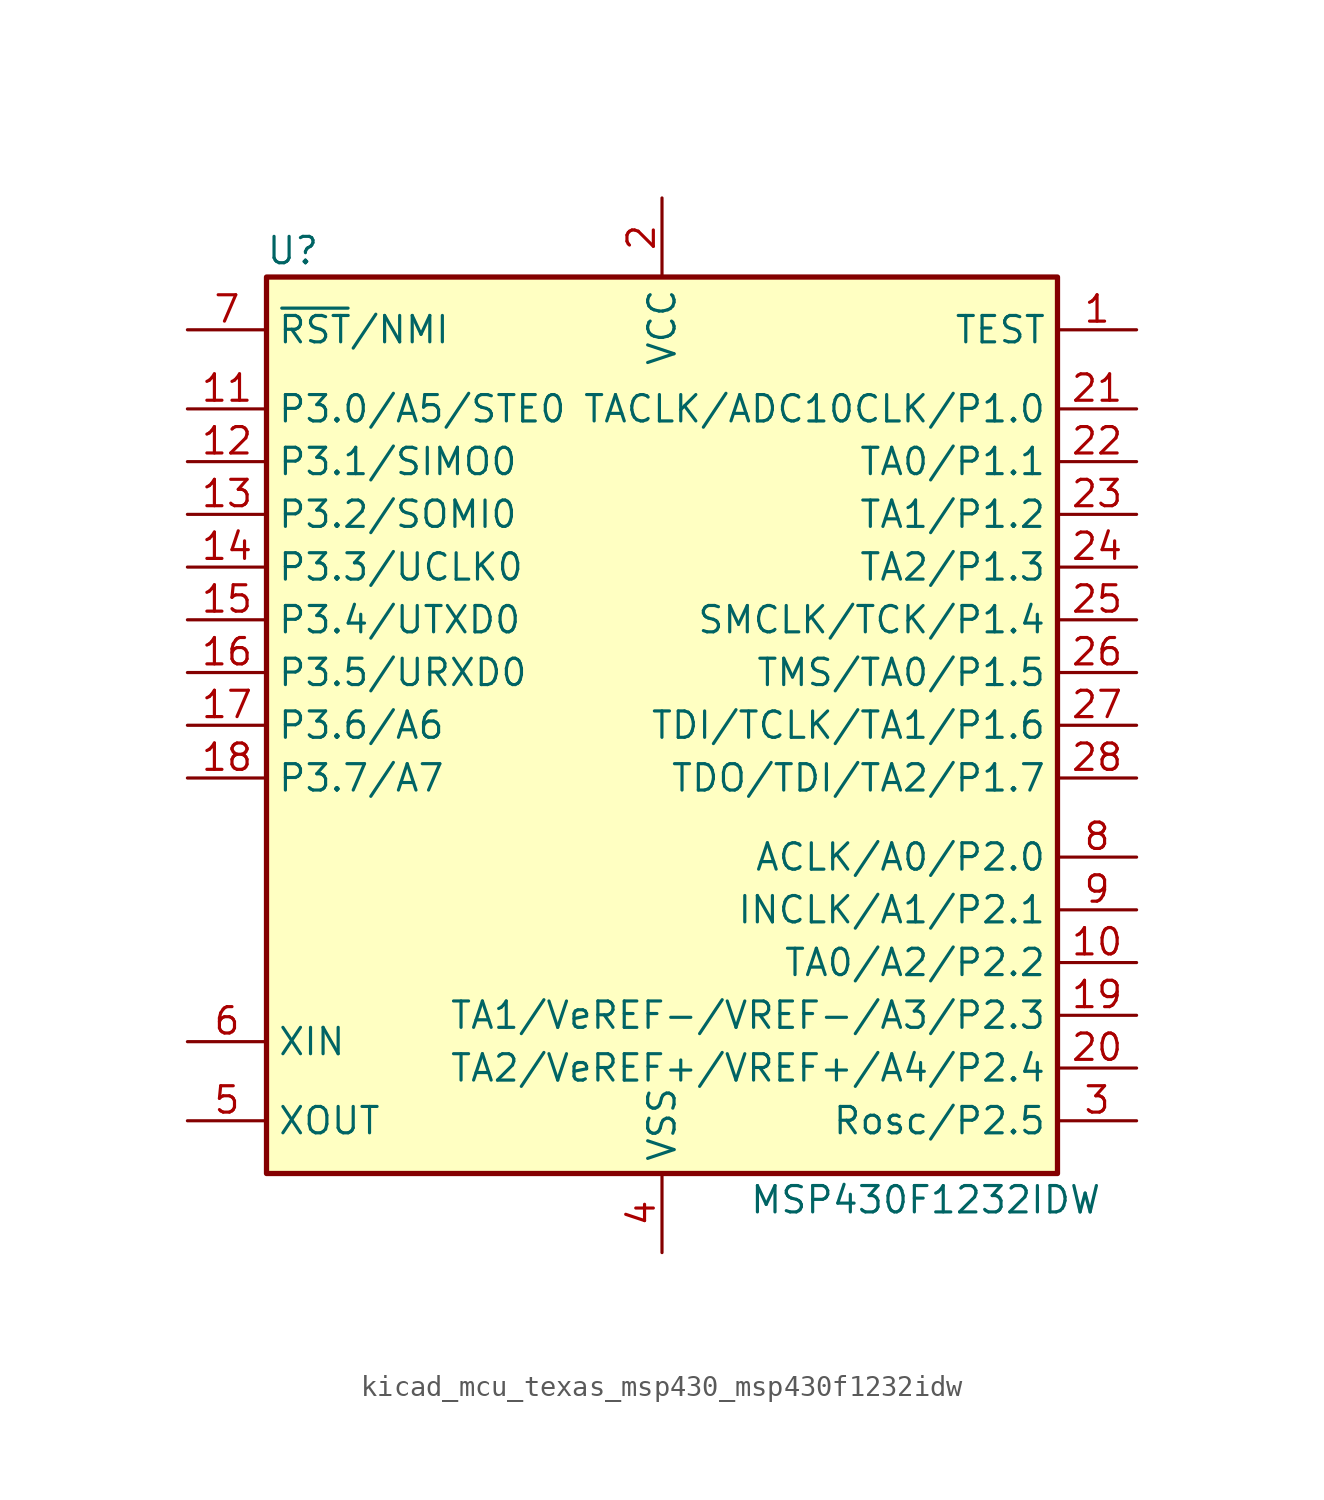
<source format=kicad_sym>
(kicad_symbol_lib
  (version 20220914)
  (generator kicad_symbol_editor)
  (symbol "kicad_mcu_texas_msp430_msp430f1232idw"
    (property "Reference" "U"
      (at -17.78 22.86 0)
      (effects (font (size 1.27 1.27))))
    (property "Value" "MSP430F1232IDW"
      (at 12.7 -22.86 0)
      (effects (font (size 1.27 1.27))))
    (symbol "kicad_mcu_texas_msp430_msp430f1232idw_0_1"
      (rectangle (start -19.05 21.59) (end 19.05 -21.59) (stroke (width 0.254) (type default)) (fill (type background))))
    (symbol "kicad_mcu_texas_msp430_msp430f1232idw_1_1"
      (pin input line (at 22.86 19.05 180) (length 3.81) (name "TEST" (effects (font (size 1.27 1.27)))) (number "1" (effects (font (size 1.27 1.27)))))
      (pin bidirectional line (at 22.86 -11.43 180) (length 3.81) (name "TA0/A2/P2.2" (effects (font (size 1.27 1.27)))) (number "10" (effects (font (size 1.27 1.27)))))
      (pin bidirectional line (at -22.86 15.24 0) (length 3.81) (name "P3.0/A5/STE0" (effects (font (size 1.27 1.27)))) (number "11" (effects (font (size 1.27 1.27)))))
      (pin bidirectional line (at -22.86 12.7 0) (length 3.81) (name "P3.1/SIMO0" (effects (font (size 1.27 1.27)))) (number "12" (effects (font (size 1.27 1.27)))))
      (pin bidirectional line (at -22.86 10.16 0) (length 3.81) (name "P3.2/SOMI0" (effects (font (size 1.27 1.27)))) (number "13" (effects (font (size 1.27 1.27)))))
      (pin bidirectional line (at -22.86 7.62 0) (length 3.81) (name "P3.3/UCLK0" (effects (font (size 1.27 1.27)))) (number "14" (effects (font (size 1.27 1.27)))))
      (pin bidirectional line (at -22.86 5.08 0) (length 3.81) (name "P3.4/UTXD0" (effects (font (size 1.27 1.27)))) (number "15" (effects (font (size 1.27 1.27)))))
      (pin bidirectional line (at -22.86 2.54 0) (length 3.81) (name "P3.5/URXD0" (effects (font (size 1.27 1.27)))) (number "16" (effects (font (size 1.27 1.27)))))
      (pin bidirectional line (at -22.86 0 0) (length 3.81) (name "P3.6/A6" (effects (font (size 1.27 1.27)))) (number "17" (effects (font (size 1.27 1.27)))))
      (pin bidirectional line (at -22.86 -2.54 0) (length 3.81) (name "P3.7/A7" (effects (font (size 1.27 1.27)))) (number "18" (effects (font (size 1.27 1.27)))))
      (pin bidirectional line (at 22.86 -13.97 180) (length 3.81) (name "TA1/VeREF-/VREF-/A3/P2.3" (effects (font (size 1.27 1.27)))) (number "19" (effects (font (size 1.27 1.27)))))
      (pin power_in line (at 0 25.4 270) (length 3.81) (name "VCC" (effects (font (size 1.27 1.27)))) (number "2" (effects (font (size 1.27 1.27)))))
      (pin bidirectional line (at 22.86 -16.51 180) (length 3.81) (name "TA2/VeREF+/VREF+/A4/P2.4" (effects (font (size 1.27 1.27)))) (number "20" (effects (font (size 1.27 1.27)))))
      (pin bidirectional line (at 22.86 15.24 180) (length 3.81) (name "TACLK/ADC10CLK/P1.0" (effects (font (size 1.27 1.27)))) (number "21" (effects (font (size 1.27 1.27)))))
      (pin bidirectional line (at 22.86 12.7 180) (length 3.81) (name "TA0/P1.1" (effects (font (size 1.27 1.27)))) (number "22" (effects (font (size 1.27 1.27)))))
      (pin bidirectional line (at 22.86 10.16 180) (length 3.81) (name "TA1/P1.2" (effects (font (size 1.27 1.27)))) (number "23" (effects (font (size 1.27 1.27)))))
      (pin bidirectional line (at 22.86 7.62 180) (length 3.81) (name "TA2/P1.3" (effects (font (size 1.27 1.27)))) (number "24" (effects (font (size 1.27 1.27)))))
      (pin bidirectional line (at 22.86 5.08 180) (length 3.81) (name "SMCLK/TCK/P1.4" (effects (font (size 1.27 1.27)))) (number "25" (effects (font (size 1.27 1.27)))))
      (pin bidirectional line (at 22.86 2.54 180) (length 3.81) (name "TMS/TA0/P1.5" (effects (font (size 1.27 1.27)))) (number "26" (effects (font (size 1.27 1.27)))))
      (pin bidirectional line (at 22.86 0 180) (length 3.81) (name "TDI/TCLK/TA1/P1.6" (effects (font (size 1.27 1.27)))) (number "27" (effects (font (size 1.27 1.27)))))
      (pin bidirectional line (at 22.86 -2.54 180) (length 3.81) (name "TDO/TDI/TA2/P1.7" (effects (font (size 1.27 1.27)))) (number "28" (effects (font (size 1.27 1.27)))))
      (pin bidirectional line (at 22.86 -19.05 180) (length 3.81) (name "Rosc/P2.5" (effects (font (size 1.27 1.27)))) (number "3" (effects (font (size 1.27 1.27)))))
      (pin power_in line (at 0 -25.4 90) (length 3.81) (name "VSS" (effects (font (size 1.27 1.27)))) (number "4" (effects (font (size 1.27 1.27)))))
      (pin output line (at -22.86 -19.05 0) (length 3.81) (name "XOUT" (effects (font (size 1.27 1.27)))) (number "5" (effects (font (size 1.27 1.27)))))
      (pin input line (at -22.86 -15.24 0) (length 3.81) (name "XIN" (effects (font (size 1.27 1.27)))) (number "6" (effects (font (size 1.27 1.27)))))
      (pin input line (at -22.86 19.05 0) (length 3.81) (name "~{RST}/NMI" (effects (font (size 1.27 1.27)))) (number "7" (effects (font (size 1.27 1.27)))))
      (pin bidirectional line (at 22.86 -6.35 180) (length 3.81) (name "ACLK/A0/P2.0" (effects (font (size 1.27 1.27)))) (number "8" (effects (font (size 1.27 1.27)))))
      (pin bidirectional line (at 22.86 -8.89 180) (length 3.81) (name "INCLK/A1/P2.1" (effects (font (size 1.27 1.27)))) (number "9" (effects (font (size 1.27 1.27))))))))
</source>
